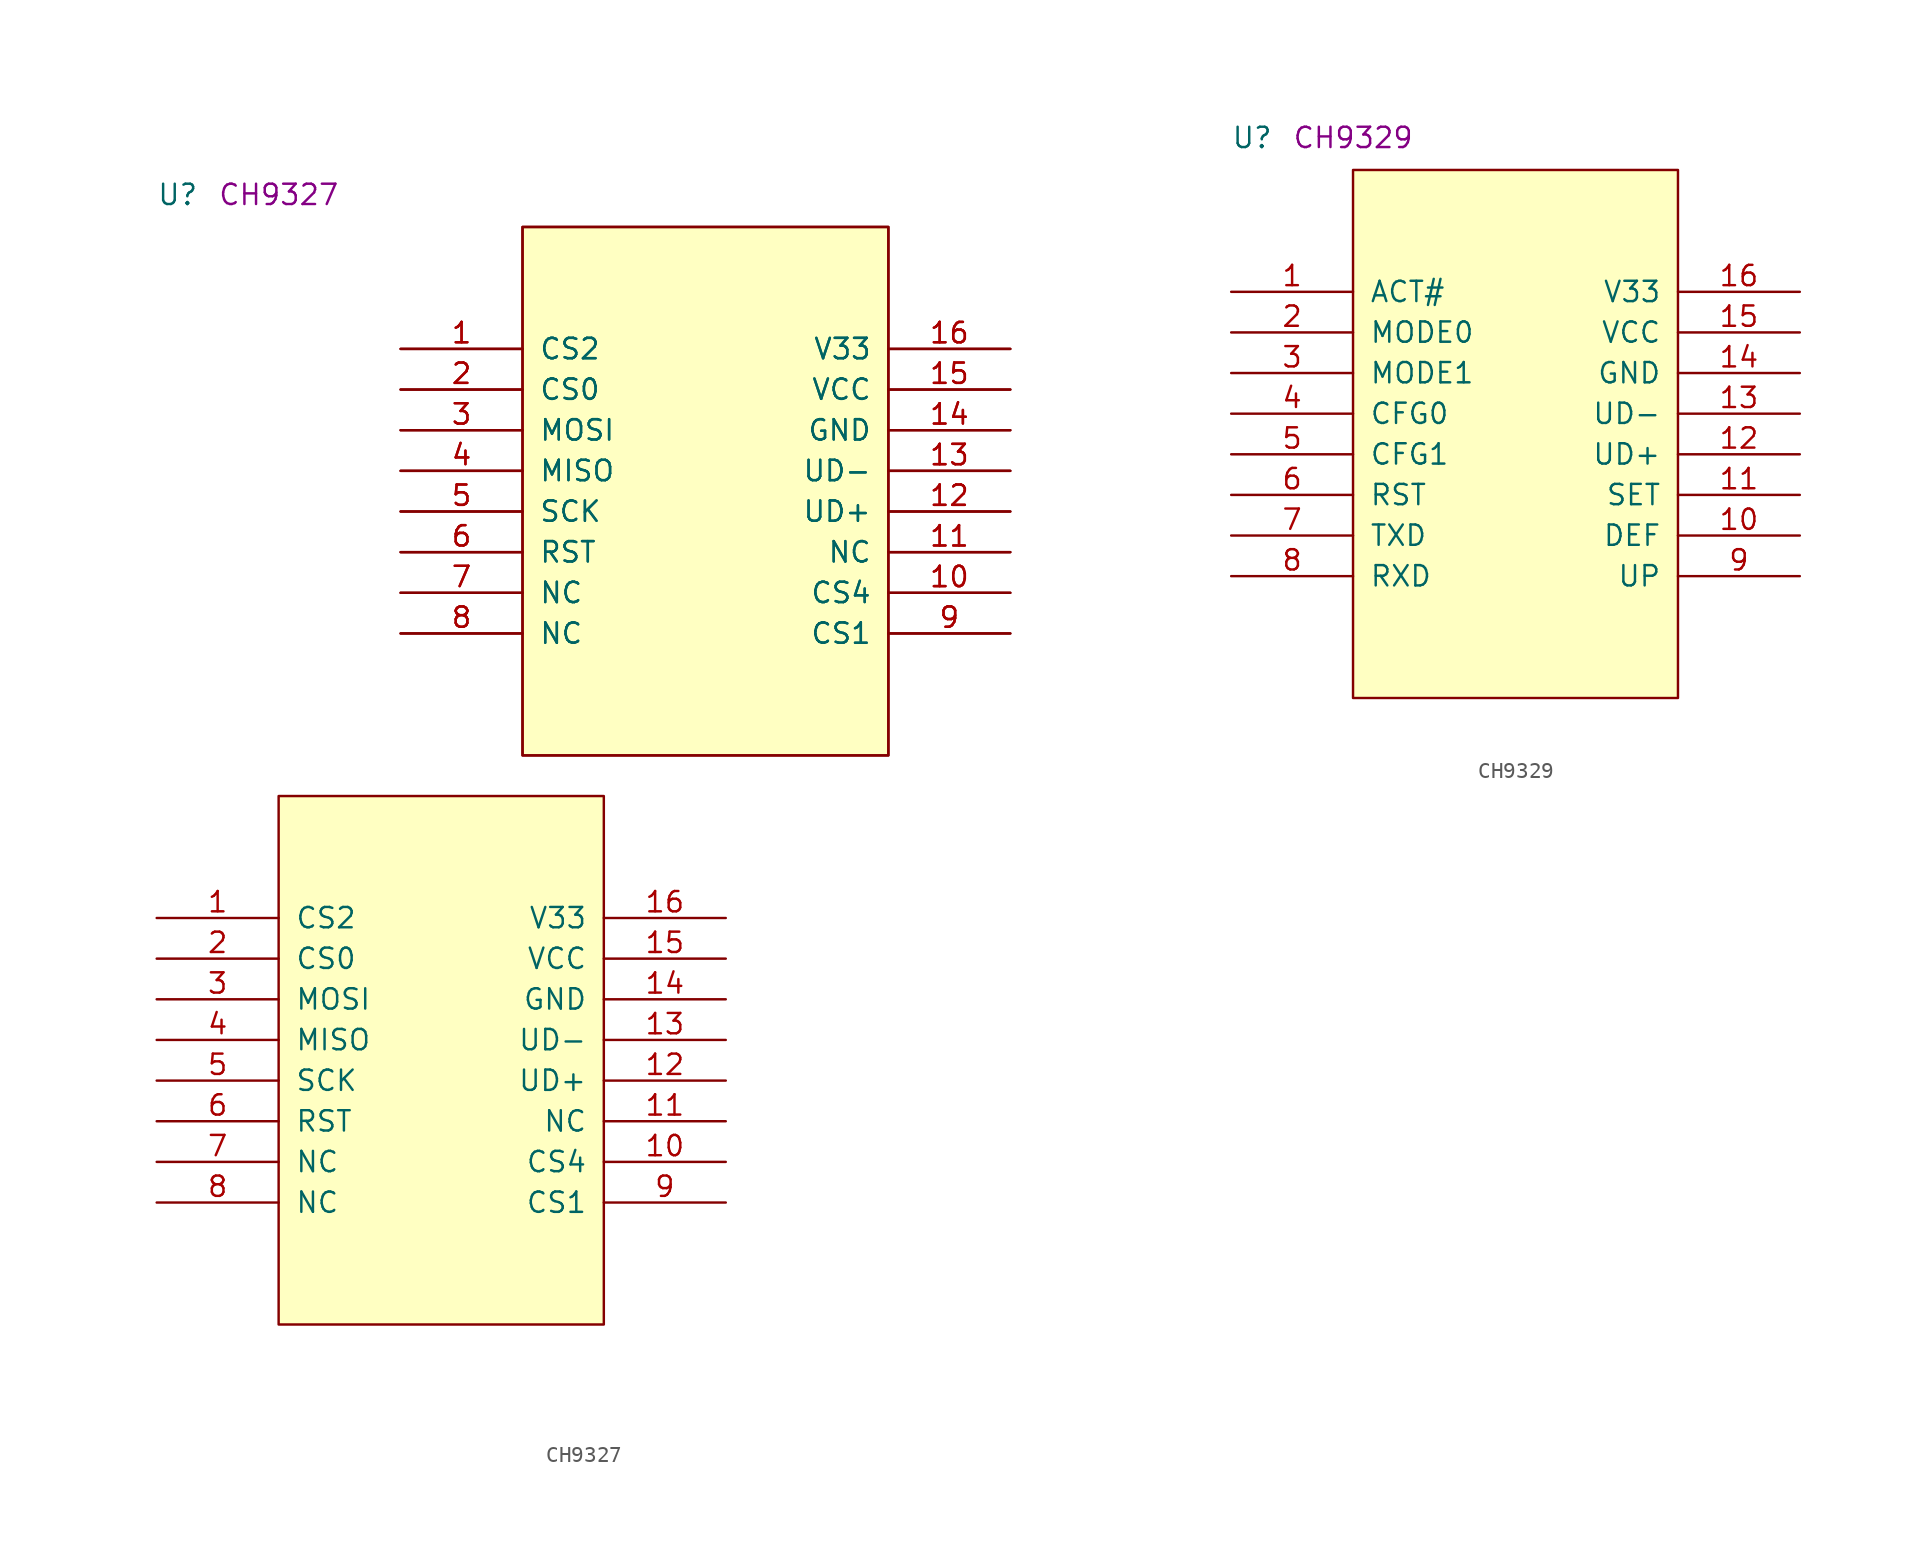
<source format=kicad_sym>
(kicad_symbol_lib
  (version 20211014)
  (generator kicad_symbol_editor)
  (symbol "CH9327"
    (pin_names
      (offset 1.016))
    (property "Reference" "U"
      (at -7.62 36.83 0)
      (effects (font (size 1.27 1.27)) (justify left bottom)))
    (property "Comment" "CH9327"
      (at -3.81 36.83 0)
      (effects (font (size 1.27 1.27)) (justify left bottom)))
    (symbol "CH9327_1_1"
      (rectangle (start 0 -33.02) (end 20.32 0) (stroke (width 0) (type default) (color 0 0 0 0)) (fill (type background)))
      (rectangle (start 15.24 2.54) (end 38.1 35.56) (stroke (width 0) (type default) (color 0 0 0 0)) (fill (type background)))
      (rectangle (start 15.24 2.54) (end 38.1 35.56) (stroke (width 0) (type default) (color 0 0 0 0)) (fill (type background)))
      (pin output line (at -7.62 -7.62 0) (length 7.62) (name "CS2" (effects (font (size 1.27 1.27)))) (number "1" (effects (font (size 1.27 1.27)))))
      (pin passive line (at 7.62 27.94 0) (length 7.62) (name "CS2" (effects (font (size 1.27 1.27)))) (number "1" (effects (font (size 1.27 1.27)))))
      (pin passive line (at 7.62 27.94 0) (length 7.62) (name "CS2" (effects (font (size 1.27 1.27)))) (number "1" (effects (font (size 1.27 1.27)))))
      (pin output line (at 27.94 -22.86 180) (length 7.62) (name "CS4" (effects (font (size 1.27 1.27)))) (number "10" (effects (font (size 1.27 1.27)))))
      (pin passive line (at 45.72 12.7 180) (length 7.62) (name "CS4" (effects (font (size 1.27 1.27)))) (number "10" (effects (font (size 1.27 1.27)))))
      (pin passive line (at 45.72 12.7 180) (length 7.62) (name "CS4" (effects (font (size 1.27 1.27)))) (number "10" (effects (font (size 1.27 1.27)))))
      (pin passive line (at 27.94 -20.32 180) (length 7.62) (name "NC" (effects (font (size 1.27 1.27)))) (number "11" (effects (font (size 1.27 1.27)))))
      (pin passive line (at 45.72 15.24 180) (length 7.62) (name "NC" (effects (font (size 1.27 1.27)))) (number "11" (effects (font (size 1.27 1.27)))))
      (pin passive line (at 45.72 15.24 180) (length 7.62) (name "NC" (effects (font (size 1.27 1.27)))) (number "11" (effects (font (size 1.27 1.27)))))
      (pin bidirectional line (at 27.94 -17.78 180) (length 7.62) (name "UD+" (effects (font (size 1.27 1.27)))) (number "12" (effects (font (size 1.27 1.27)))))
      (pin passive line (at 45.72 17.78 180) (length 7.62) (name "UD+" (effects (font (size 1.27 1.27)))) (number "12" (effects (font (size 1.27 1.27)))))
      (pin passive line (at 45.72 17.78 180) (length 7.62) (name "UD+" (effects (font (size 1.27 1.27)))) (number "12" (effects (font (size 1.27 1.27)))))
      (pin bidirectional line (at 27.94 -15.24 180) (length 7.62) (name "UD-" (effects (font (size 1.27 1.27)))) (number "13" (effects (font (size 1.27 1.27)))))
      (pin passive line (at 45.72 20.32 180) (length 7.62) (name "UD-" (effects (font (size 1.27 1.27)))) (number "13" (effects (font (size 1.27 1.27)))))
      (pin passive line (at 45.72 20.32 180) (length 7.62) (name "UD-" (effects (font (size 1.27 1.27)))) (number "13" (effects (font (size 1.27 1.27)))))
      (pin power_in line (at 27.94 -12.7 180) (length 7.62) (name "GND" (effects (font (size 1.27 1.27)))) (number "14" (effects (font (size 1.27 1.27)))))
      (pin passive line (at 45.72 22.86 180) (length 7.62) (name "GND" (effects (font (size 1.27 1.27)))) (number "14" (effects (font (size 1.27 1.27)))))
      (pin passive line (at 45.72 22.86 180) (length 7.62) (name "GND" (effects (font (size 1.27 1.27)))) (number "14" (effects (font (size 1.27 1.27)))))
      (pin power_in line (at 27.94 -10.16 180) (length 7.62) (name "VCC" (effects (font (size 1.27 1.27)))) (number "15" (effects (font (size 1.27 1.27)))))
      (pin passive line (at 45.72 25.4 180) (length 7.62) (name "VCC" (effects (font (size 1.27 1.27)))) (number "15" (effects (font (size 1.27 1.27)))))
      (pin passive line (at 45.72 25.4 180) (length 7.62) (name "VCC" (effects (font (size 1.27 1.27)))) (number "15" (effects (font (size 1.27 1.27)))))
      (pin power_in line (at 27.94 -7.62 180) (length 7.62) (name "V33" (effects (font (size 1.27 1.27)))) (number "16" (effects (font (size 1.27 1.27)))))
      (pin passive line (at 45.72 27.94 180) (length 7.62) (name "V33" (effects (font (size 1.27 1.27)))) (number "16" (effects (font (size 1.27 1.27)))))
      (pin passive line (at 45.72 27.94 180) (length 7.62) (name "V33" (effects (font (size 1.27 1.27)))) (number "16" (effects (font (size 1.27 1.27)))))
      (pin output line (at -7.62 -10.16 0) (length 7.62) (name "CS0" (effects (font (size 1.27 1.27)))) (number "2" (effects (font (size 1.27 1.27)))))
      (pin passive line (at 7.62 25.4 0) (length 7.62) (name "CS0" (effects (font (size 1.27 1.27)))) (number "2" (effects (font (size 1.27 1.27)))))
      (pin passive line (at 7.62 25.4 0) (length 7.62) (name "CS0" (effects (font (size 1.27 1.27)))) (number "2" (effects (font (size 1.27 1.27)))))
      (pin output line (at -7.62 -12.7 0) (length 7.62) (name "MOSI" (effects (font (size 1.27 1.27)))) (number "3" (effects (font (size 1.27 1.27)))))
      (pin passive line (at 7.62 22.86 0) (length 7.62) (name "MOSI" (effects (font (size 1.27 1.27)))) (number "3" (effects (font (size 1.27 1.27)))))
      (pin passive line (at 7.62 22.86 0) (length 7.62) (name "MOSI" (effects (font (size 1.27 1.27)))) (number "3" (effects (font (size 1.27 1.27)))))
      (pin input line (at -7.62 -15.24 0) (length 7.62) (name "MISO" (effects (font (size 1.27 1.27)))) (number "4" (effects (font (size 1.27 1.27)))))
      (pin passive line (at 7.62 20.32 0) (length 7.62) (name "MISO" (effects (font (size 1.27 1.27)))) (number "4" (effects (font (size 1.27 1.27)))))
      (pin passive line (at 7.62 20.32 0) (length 7.62) (name "MISO" (effects (font (size 1.27 1.27)))) (number "4" (effects (font (size 1.27 1.27)))))
      (pin output line (at -7.62 -17.78 0) (length 7.62) (name "SCK" (effects (font (size 1.27 1.27)))) (number "5" (effects (font (size 1.27 1.27)))))
      (pin passive line (at 7.62 17.78 0) (length 7.62) (name "SCK" (effects (font (size 1.27 1.27)))) (number "5" (effects (font (size 1.27 1.27)))))
      (pin passive line (at 7.62 17.78 0) (length 7.62) (name "SCK" (effects (font (size 1.27 1.27)))) (number "5" (effects (font (size 1.27 1.27)))))
      (pin input line (at -7.62 -20.32 0) (length 7.62) (name "RST" (effects (font (size 1.27 1.27)))) (number "6" (effects (font (size 1.27 1.27)))))
      (pin passive line (at 7.62 15.24 0) (length 7.62) (name "RST" (effects (font (size 1.27 1.27)))) (number "6" (effects (font (size 1.27 1.27)))))
      (pin passive line (at 7.62 15.24 0) (length 7.62) (name "RST" (effects (font (size 1.27 1.27)))) (number "6" (effects (font (size 1.27 1.27)))))
      (pin passive line (at -7.62 -22.86 0) (length 7.62) (name "NC" (effects (font (size 1.27 1.27)))) (number "7" (effects (font (size 1.27 1.27)))))
      (pin passive line (at 7.62 12.7 0) (length 7.62) (name "NC" (effects (font (size 1.27 1.27)))) (number "7" (effects (font (size 1.27 1.27)))))
      (pin passive line (at 7.62 12.7 0) (length 7.62) (name "NC" (effects (font (size 1.27 1.27)))) (number "7" (effects (font (size 1.27 1.27)))))
      (pin passive line (at -7.62 -25.4 0) (length 7.62) (name "NC" (effects (font (size 1.27 1.27)))) (number "8" (effects (font (size 1.27 1.27)))))
      (pin passive line (at 7.62 10.16 0) (length 7.62) (name "NC" (effects (font (size 1.27 1.27)))) (number "8" (effects (font (size 1.27 1.27)))))
      (pin passive line (at 7.62 10.16 0) (length 7.62) (name "NC" (effects (font (size 1.27 1.27)))) (number "8" (effects (font (size 1.27 1.27)))))
      (pin output line (at 27.94 -25.4 180) (length 7.62) (name "CS1" (effects (font (size 1.27 1.27)))) (number "9" (effects (font (size 1.27 1.27)))))
      (pin passive line (at 45.72 10.16 180) (length 7.62) (name "CS1" (effects (font (size 1.27 1.27)))) (number "9" (effects (font (size 1.27 1.27)))))
      (pin passive line (at 45.72 10.16 180) (length 7.62) (name "CS1" (effects (font (size 1.27 1.27)))) (number "9" (effects (font (size 1.27 1.27)))))))
  (symbol "CH9329"
    (pin_names
      (offset 1.016))
    (property "Reference" "U"
      (at -7.62 1.27 0)
      (effects (font (size 1.27 1.27)) (justify left bottom)))
    (property "Comment" "CH9329"
      (at -3.81 1.27 0)
      (effects (font (size 1.27 1.27)) (justify left bottom)))
    (symbol "CH9329_1_1"
      (rectangle (start 0 -33.02) (end 20.32 0) (stroke (width 0) (type default) (color 0 0 0 0)) (fill (type background)))
      (pin output line (at -7.62 -7.62 0) (length 7.62) (name "ACT#" (effects (font (size 1.27 1.27)))) (number "1" (effects (font (size 1.27 1.27)))))
      (pin input line (at 27.94 -22.86 180) (length 7.62) (name "DEF" (effects (font (size 1.27 1.27)))) (number "10" (effects (font (size 1.27 1.27)))))
      (pin input line (at 27.94 -20.32 180) (length 7.62) (name "SET" (effects (font (size 1.27 1.27)))) (number "11" (effects (font (size 1.27 1.27)))))
      (pin bidirectional line (at 27.94 -17.78 180) (length 7.62) (name "UD+" (effects (font (size 1.27 1.27)))) (number "12" (effects (font (size 1.27 1.27)))))
      (pin bidirectional line (at 27.94 -15.24 180) (length 7.62) (name "UD-" (effects (font (size 1.27 1.27)))) (number "13" (effects (font (size 1.27 1.27)))))
      (pin power_in line (at 27.94 -12.7 180) (length 7.62) (name "GND" (effects (font (size 1.27 1.27)))) (number "14" (effects (font (size 1.27 1.27)))))
      (pin power_in line (at 27.94 -10.16 180) (length 7.62) (name "VCC" (effects (font (size 1.27 1.27)))) (number "15" (effects (font (size 1.27 1.27)))))
      (pin power_in line (at 27.94 -7.62 180) (length 7.62) (name "V33" (effects (font (size 1.27 1.27)))) (number "16" (effects (font (size 1.27 1.27)))))
      (pin input line (at -7.62 -10.16 0) (length 7.62) (name "MODE0" (effects (font (size 1.27 1.27)))) (number "2" (effects (font (size 1.27 1.27)))))
      (pin input line (at -7.62 -12.7 0) (length 7.62) (name "MODE1" (effects (font (size 1.27 1.27)))) (number "3" (effects (font (size 1.27 1.27)))))
      (pin input line (at -7.62 -15.24 0) (length 7.62) (name "CFG0" (effects (font (size 1.27 1.27)))) (number "4" (effects (font (size 1.27 1.27)))))
      (pin input line (at -7.62 -17.78 0) (length 7.62) (name "CFG1" (effects (font (size 1.27 1.27)))) (number "5" (effects (font (size 1.27 1.27)))))
      (pin input line (at -7.62 -20.32 0) (length 7.62) (name "RST" (effects (font (size 1.27 1.27)))) (number "6" (effects (font (size 1.27 1.27)))))
      (pin output line (at -7.62 -22.86 0) (length 7.62) (name "TXD" (effects (font (size 1.27 1.27)))) (number "7" (effects (font (size 1.27 1.27)))))
      (pin input line (at -7.62 -25.4 0) (length 7.62) (name "RXD" (effects (font (size 1.27 1.27)))) (number "8" (effects (font (size 1.27 1.27)))))
      (pin output line (at 27.94 -25.4 180) (length 7.62) (name "UP" (effects (font (size 1.27 1.27)))) (number "9" (effects (font (size 1.27 1.27))))))))
</source>
